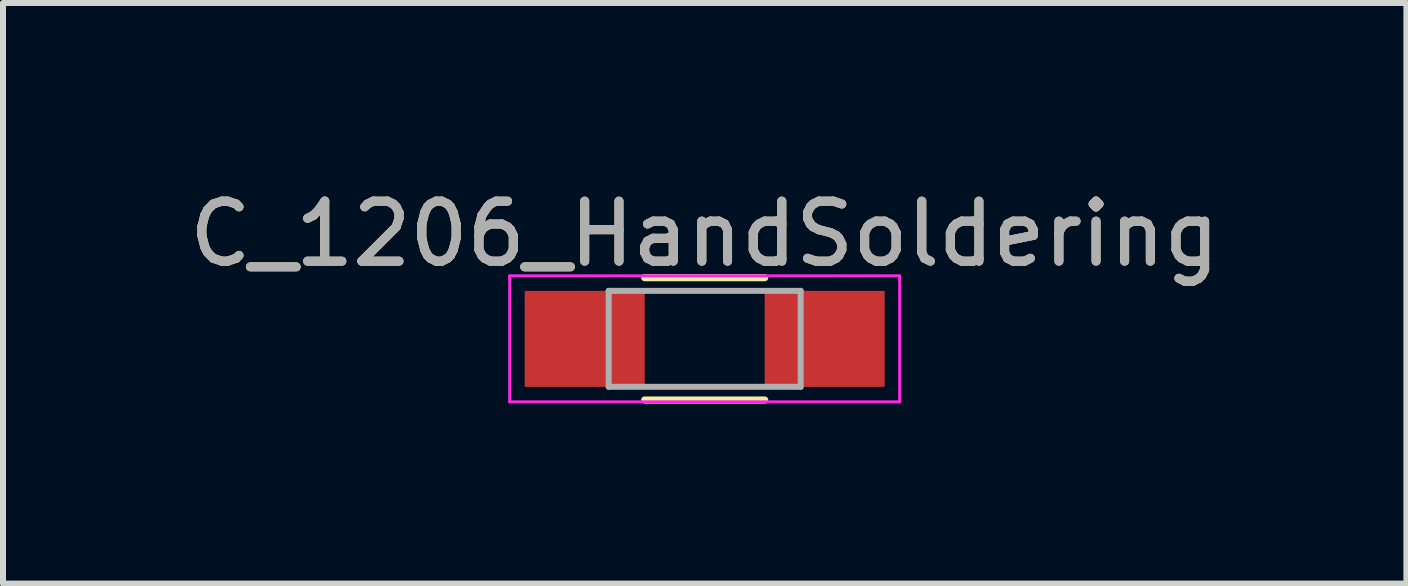
<source format=kicad_pcb>
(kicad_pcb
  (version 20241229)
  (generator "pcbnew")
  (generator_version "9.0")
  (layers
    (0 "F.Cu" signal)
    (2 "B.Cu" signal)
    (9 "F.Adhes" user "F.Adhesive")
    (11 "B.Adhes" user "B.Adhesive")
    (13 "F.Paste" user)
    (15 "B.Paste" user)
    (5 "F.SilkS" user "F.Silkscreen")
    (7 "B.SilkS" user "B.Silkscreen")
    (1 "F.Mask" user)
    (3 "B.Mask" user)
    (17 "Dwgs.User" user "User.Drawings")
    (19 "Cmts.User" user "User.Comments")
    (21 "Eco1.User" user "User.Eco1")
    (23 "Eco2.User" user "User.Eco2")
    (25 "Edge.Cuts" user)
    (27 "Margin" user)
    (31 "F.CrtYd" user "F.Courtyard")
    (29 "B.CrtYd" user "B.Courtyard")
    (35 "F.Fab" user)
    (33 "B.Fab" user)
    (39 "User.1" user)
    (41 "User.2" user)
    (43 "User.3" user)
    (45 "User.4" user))
  (footprint "C_1206_HandSoldering"
    (layer "F.Cu")
    (at 8.696 2.598)
    (property "Reference" "C_1206_HandSoldering" (at 0 -1.75 0) (layer "F.SilkS") (effects (font (size 1 1) (thickness 0.15))))
    (attr smd)
    (fp_line (start -1 1.02) (end 1 1.02) (stroke (width 0.12) (type solid)) (layer "F.SilkS"))
    (fp_line (start 1 -1.02) (end -1 -1.02) (stroke (width 0.12) (type solid)) (layer "F.SilkS"))
    (fp_line (start -3.25 -1.05) (end -3.25 1.05) (stroke (width 0.05) (type solid)) (layer "F.CrtYd"))
    (fp_line (start -3.25 -1.05) (end 3.25 -1.05) (stroke (width 0.05) (type solid)) (layer "F.CrtYd"))
    (fp_line (start 3.25 1.05) (end -3.25 1.05) (stroke (width 0.05) (type solid)) (layer "F.CrtYd"))
    (fp_line (start 3.25 1.05) (end 3.25 -1.05) (stroke (width 0.05) (type solid)) (layer "F.CrtYd"))
    (fp_line (start -1.6 -0.8) (end 1.6 -0.8) (stroke (width 0.1) (type solid)) (layer "F.Fab"))
    (fp_line (start -1.6 0.8) (end -1.6 -0.8) (stroke (width 0.1) (type solid)) (layer "F.Fab"))
    (fp_line (start 1.6 -0.8) (end 1.6 0.8) (stroke (width 0.1) (type solid)) (layer "F.Fab"))
    (fp_line (start 1.6 0.8) (end -1.6 0.8) (stroke (width 0.1) (type solid)) (layer "F.Fab"))
    (fp_text user "${REFERENCE}" (at 0 -1.75 0) (layer "F.Fab") (effects (font (size 1 1) (thickness 0.15))))
    (pad "1" smd rect (at -2 0) (size 2 1.6) (layers "F.Cu" "F.Mask" "F.Paste"))
    (pad "2" smd rect (at 2 0) (size 2 1.6) (layers "F.Cu" "F.Mask" "F.Paste")))
  (gr_rect
    (start -3 -3)
    (end 20.393 6.678)
    (stroke (width 0.1) (type default))
    (fill no)
    (layer "Edge.Cuts")))
</source>
